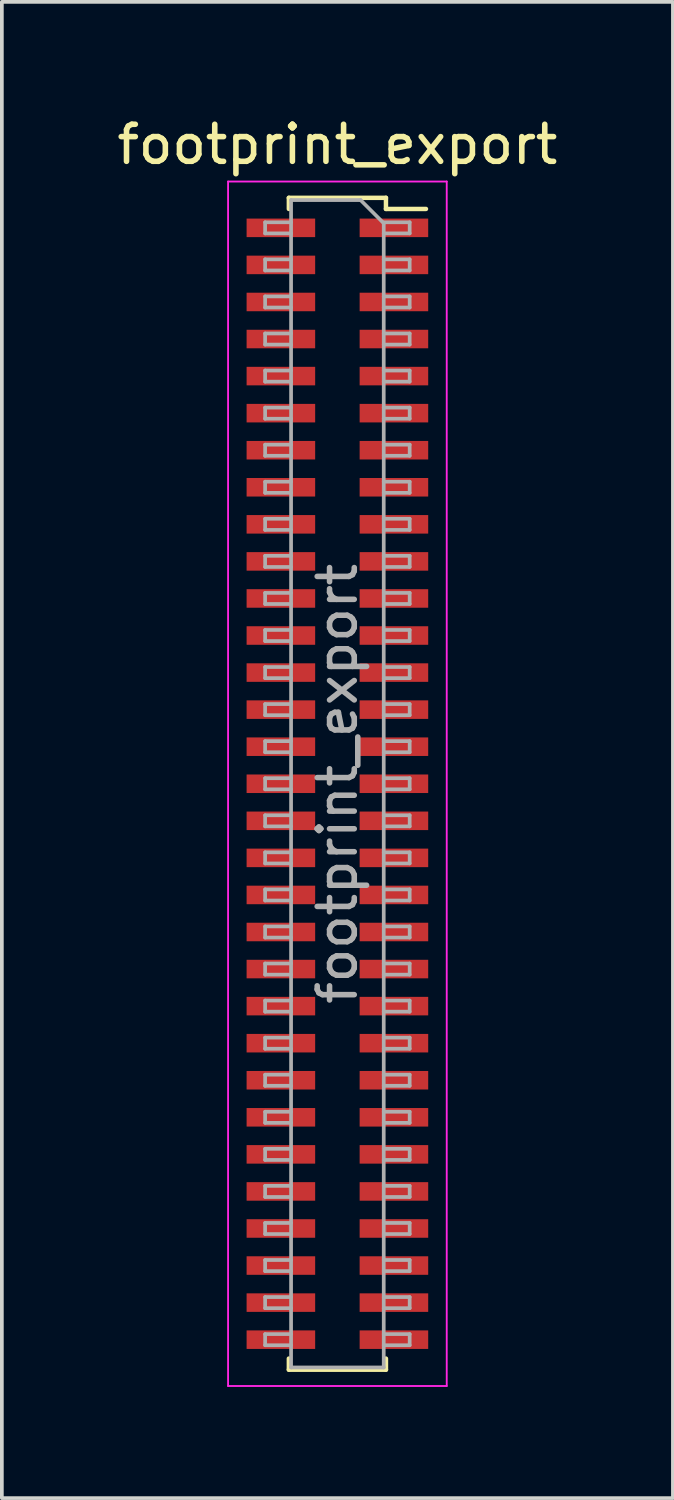
<source format=kicad_pcb>
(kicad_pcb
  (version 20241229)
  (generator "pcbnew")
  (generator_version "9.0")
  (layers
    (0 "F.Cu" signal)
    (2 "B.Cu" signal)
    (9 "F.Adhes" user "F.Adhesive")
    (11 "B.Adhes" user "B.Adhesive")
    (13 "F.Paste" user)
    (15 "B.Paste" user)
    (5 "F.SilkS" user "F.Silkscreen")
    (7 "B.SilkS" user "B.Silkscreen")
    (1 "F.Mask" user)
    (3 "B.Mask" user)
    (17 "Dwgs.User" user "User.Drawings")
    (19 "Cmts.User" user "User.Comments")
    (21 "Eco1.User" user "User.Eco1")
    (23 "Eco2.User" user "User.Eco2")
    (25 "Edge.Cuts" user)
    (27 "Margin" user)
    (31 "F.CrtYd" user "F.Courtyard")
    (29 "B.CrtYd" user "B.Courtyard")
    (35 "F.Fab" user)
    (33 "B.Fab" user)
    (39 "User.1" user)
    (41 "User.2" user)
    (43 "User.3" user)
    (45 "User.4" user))
  (footprint "footprint_export"
    (layer "F.Cu")
    (at 6.054 18.098)
    (property "Reference" "footprint_export" (at 0 -17.25 0) (layer "F.SilkS") (effects (font (size 1 1) (thickness 0.15))))
    (attr smd)
    (fp_line (start -1.31 -15.81) (end -1.31 -15.51) (stroke (width 0.12) (type solid)) (layer "F.SilkS"))
    (fp_line (start -1.31 -15.81) (end 1.31 -15.81) (stroke (width 0.12) (type solid)) (layer "F.SilkS"))
    (fp_line (start -1.31 15.51) (end -1.31 15.81) (stroke (width 0.12) (type solid)) (layer "F.SilkS"))
    (fp_line (start -1.31 15.81) (end 1.31 15.81) (stroke (width 0.12) (type solid)) (layer "F.SilkS"))
    (fp_line (start 1.31 -15.81) (end 1.31 -15.51) (stroke (width 0.12) (type solid)) (layer "F.SilkS"))
    (fp_line (start 1.31 -15.51) (end 2.39 -15.51) (stroke (width 0.12) (type solid)) (layer "F.SilkS"))
    (fp_line (start 1.31 15.51) (end 1.31 15.81) (stroke (width 0.12) (type solid)) (layer "F.SilkS"))
    (fp_line (start -2.95 -16.25) (end 2.95 -16.25) (stroke (width 0.05) (type solid)) (layer "F.CrtYd"))
    (fp_line (start -2.95 16.25) (end -2.95 -16.25) (stroke (width 0.05) (type solid)) (layer "F.CrtYd"))
    (fp_line (start 2.95 -16.25) (end 2.95 16.25) (stroke (width 0.05) (type solid)) (layer "F.CrtYd"))
    (fp_line (start 2.95 16.25) (end -2.95 16.25) (stroke (width 0.05) (type solid)) (layer "F.CrtYd"))
    (fp_line (start -1.95 -15.15) (end -1.25 -15.15) (stroke (width 0.1) (type solid)) (layer "F.Fab"))
    (fp_line (start -1.95 -14.85) (end -1.95 -15.15) (stroke (width 0.1) (type solid)) (layer "F.Fab"))
    (fp_line (start -1.95 -14.15) (end -1.25 -14.15) (stroke (width 0.1) (type solid)) (layer "F.Fab"))
    (fp_line (start -1.95 -13.85) (end -1.95 -14.15) (stroke (width 0.1) (type solid)) (layer "F.Fab"))
    (fp_line (start -1.95 -13.15) (end -1.25 -13.15) (stroke (width 0.1) (type solid)) (layer "F.Fab"))
    (fp_line (start -1.95 -12.85) (end -1.95 -13.15) (stroke (width 0.1) (type solid)) (layer "F.Fab"))
    (fp_line (start -1.95 -12.15) (end -1.25 -12.15) (stroke (width 0.1) (type solid)) (layer "F.Fab"))
    (fp_line (start -1.95 -11.85) (end -1.95 -12.15) (stroke (width 0.1) (type solid)) (layer "F.Fab"))
    (fp_line (start -1.95 -11.15) (end -1.25 -11.15) (stroke (width 0.1) (type solid)) (layer "F.Fab"))
    (fp_line (start -1.95 -10.85) (end -1.95 -11.15) (stroke (width 0.1) (type solid)) (layer "F.Fab"))
    (fp_line (start -1.95 -10.15) (end -1.25 -10.15) (stroke (width 0.1) (type solid)) (layer "F.Fab"))
    (fp_line (start -1.95 -9.85) (end -1.95 -10.15) (stroke (width 0.1) (type solid)) (layer "F.Fab"))
    (fp_line (start -1.95 -9.15) (end -1.25 -9.15) (stroke (width 0.1) (type solid)) (layer "F.Fab"))
    (fp_line (start -1.95 -8.85) (end -1.95 -9.15) (stroke (width 0.1) (type solid)) (layer "F.Fab"))
    (fp_line (start -1.95 -8.15) (end -1.25 -8.15) (stroke (width 0.1) (type solid)) (layer "F.Fab"))
    (fp_line (start -1.95 -7.85) (end -1.95 -8.15) (stroke (width 0.1) (type solid)) (layer "F.Fab"))
    (fp_line (start -1.95 -7.15) (end -1.25 -7.15) (stroke (width 0.1) (type solid)) (layer "F.Fab"))
    (fp_line (start -1.95 -6.85) (end -1.95 -7.15) (stroke (width 0.1) (type solid)) (layer "F.Fab"))
    (fp_line (start -1.95 -6.15) (end -1.25 -6.15) (stroke (width 0.1) (type solid)) (layer "F.Fab"))
    (fp_line (start -1.95 -5.85) (end -1.95 -6.15) (stroke (width 0.1) (type solid)) (layer "F.Fab"))
    (fp_line (start -1.95 -5.15) (end -1.25 -5.15) (stroke (width 0.1) (type solid)) (layer "F.Fab"))
    (fp_line (start -1.95 -4.85) (end -1.95 -5.15) (stroke (width 0.1) (type solid)) (layer "F.Fab"))
    (fp_line (start -1.95 -4.15) (end -1.25 -4.15) (stroke (width 0.1) (type solid)) (layer "F.Fab"))
    (fp_line (start -1.95 -3.85) (end -1.95 -4.15) (stroke (width 0.1) (type solid)) (layer "F.Fab"))
    (fp_line (start -1.95 -3.15) (end -1.25 -3.15) (stroke (width 0.1) (type solid)) (layer "F.Fab"))
    (fp_line (start -1.95 -2.85) (end -1.95 -3.15) (stroke (width 0.1) (type solid)) (layer "F.Fab"))
    (fp_line (start -1.95 -2.15) (end -1.25 -2.15) (stroke (width 0.1) (type solid)) (layer "F.Fab"))
    (fp_line (start -1.95 -1.85) (end -1.95 -2.15) (stroke (width 0.1) (type solid)) (layer "F.Fab"))
    (fp_line (start -1.95 -1.15) (end -1.25 -1.15) (stroke (width 0.1) (type solid)) (layer "F.Fab"))
    (fp_line (start -1.95 -0.85) (end -1.95 -1.15) (stroke (width 0.1) (type solid)) (layer "F.Fab"))
    (fp_line (start -1.95 -0.15) (end -1.25 -0.15) (stroke (width 0.1) (type solid)) (layer "F.Fab"))
    (fp_line (start -1.95 0.15) (end -1.95 -0.15) (stroke (width 0.1) (type solid)) (layer "F.Fab"))
    (fp_line (start -1.95 0.85) (end -1.25 0.85) (stroke (width 0.1) (type solid)) (layer "F.Fab"))
    (fp_line (start -1.95 1.15) (end -1.95 0.85) (stroke (width 0.1) (type solid)) (layer "F.Fab"))
    (fp_line (start -1.95 1.85) (end -1.25 1.85) (stroke (width 0.1) (type solid)) (layer "F.Fab"))
    (fp_line (start -1.95 2.15) (end -1.95 1.85) (stroke (width 0.1) (type solid)) (layer "F.Fab"))
    (fp_line (start -1.95 2.85) (end -1.25 2.85) (stroke (width 0.1) (type solid)) (layer "F.Fab"))
    (fp_line (start -1.95 3.15) (end -1.95 2.85) (stroke (width 0.1) (type solid)) (layer "F.Fab"))
    (fp_line (start -1.95 3.85) (end -1.25 3.85) (stroke (width 0.1) (type solid)) (layer "F.Fab"))
    (fp_line (start -1.95 4.15) (end -1.95 3.85) (stroke (width 0.1) (type solid)) (layer "F.Fab"))
    (fp_line (start -1.95 4.85) (end -1.25 4.85) (stroke (width 0.1) (type solid)) (layer "F.Fab"))
    (fp_line (start -1.95 5.15) (end -1.95 4.85) (stroke (width 0.1) (type solid)) (layer "F.Fab"))
    (fp_line (start -1.95 5.85) (end -1.25 5.85) (stroke (width 0.1) (type solid)) (layer "F.Fab"))
    (fp_line (start -1.95 6.15) (end -1.95 5.85) (stroke (width 0.1) (type solid)) (layer "F.Fab"))
    (fp_line (start -1.95 6.85) (end -1.25 6.85) (stroke (width 0.1) (type solid)) (layer "F.Fab"))
    (fp_line (start -1.95 7.15) (end -1.95 6.85) (stroke (width 0.1) (type solid)) (layer "F.Fab"))
    (fp_line (start -1.95 7.85) (end -1.25 7.85) (stroke (width 0.1) (type solid)) (layer "F.Fab"))
    (fp_line (start -1.95 8.15) (end -1.95 7.85) (stroke (width 0.1) (type solid)) (layer "F.Fab"))
    (fp_line (start -1.95 8.85) (end -1.25 8.85) (stroke (width 0.1) (type solid)) (layer "F.Fab"))
    (fp_line (start -1.95 9.15) (end -1.95 8.85) (stroke (width 0.1) (type solid)) (layer "F.Fab"))
    (fp_line (start -1.95 9.85) (end -1.25 9.85) (stroke (width 0.1) (type solid)) (layer "F.Fab"))
    (fp_line (start -1.95 10.15) (end -1.95 9.85) (stroke (width 0.1) (type solid)) (layer "F.Fab"))
    (fp_line (start -1.95 10.85) (end -1.25 10.85) (stroke (width 0.1) (type solid)) (layer "F.Fab"))
    (fp_line (start -1.95 11.15) (end -1.95 10.85) (stroke (width 0.1) (type solid)) (layer "F.Fab"))
    (fp_line (start -1.95 11.85) (end -1.25 11.85) (stroke (width 0.1) (type solid)) (layer "F.Fab"))
    (fp_line (start -1.95 12.15) (end -1.95 11.85) (stroke (width 0.1) (type solid)) (layer "F.Fab"))
    (fp_line (start -1.95 12.85) (end -1.25 12.85) (stroke (width 0.1) (type solid)) (layer "F.Fab"))
    (fp_line (start -1.95 13.15) (end -1.95 12.85) (stroke (width 0.1) (type solid)) (layer "F.Fab"))
    (fp_line (start -1.95 13.85) (end -1.25 13.85) (stroke (width 0.1) (type solid)) (layer "F.Fab"))
    (fp_line (start -1.95 14.15) (end -1.95 13.85) (stroke (width 0.1) (type solid)) (layer "F.Fab"))
    (fp_line (start -1.95 14.85) (end -1.25 14.85) (stroke (width 0.1) (type solid)) (layer "F.Fab"))
    (fp_line (start -1.95 15.15) (end -1.95 14.85) (stroke (width 0.1) (type solid)) (layer "F.Fab"))
    (fp_line (start -1.25 -15.75) (end 0.625 -15.75) (stroke (width 0.1) (type solid)) (layer "F.Fab"))
    (fp_line (start -1.25 -14.85) (end -1.95 -14.85) (stroke (width 0.1) (type solid)) (layer "F.Fab"))
    (fp_line (start -1.25 -13.85) (end -1.95 -13.85) (stroke (width 0.1) (type solid)) (layer "F.Fab"))
    (fp_line (start -1.25 -12.85) (end -1.95 -12.85) (stroke (width 0.1) (type solid)) (layer "F.Fab"))
    (fp_line (start -1.25 -11.85) (end -1.95 -11.85) (stroke (width 0.1) (type solid)) (layer "F.Fab"))
    (fp_line (start -1.25 -10.85) (end -1.95 -10.85) (stroke (width 0.1) (type solid)) (layer "F.Fab"))
    (fp_line (start -1.25 -9.85) (end -1.95 -9.85) (stroke (width 0.1) (type solid)) (layer "F.Fab"))
    (fp_line (start -1.25 -8.85) (end -1.95 -8.85) (stroke (width 0.1) (type solid)) (layer "F.Fab"))
    (fp_line (start -1.25 -7.85) (end -1.95 -7.85) (stroke (width 0.1) (type solid)) (layer "F.Fab"))
    (fp_line (start -1.25 -6.85) (end -1.95 -6.85) (stroke (width 0.1) (type solid)) (layer "F.Fab"))
    (fp_line (start -1.25 -5.85) (end -1.95 -5.85) (stroke (width 0.1) (type solid)) (layer "F.Fab"))
    (fp_line (start -1.25 -4.85) (end -1.95 -4.85) (stroke (width 0.1) (type solid)) (layer "F.Fab"))
    (fp_line (start -1.25 -3.85) (end -1.95 -3.85) (stroke (width 0.1) (type solid)) (layer "F.Fab"))
    (fp_line (start -1.25 -2.85) (end -1.95 -2.85) (stroke (width 0.1) (type solid)) (layer "F.Fab"))
    (fp_line (start -1.25 -1.85) (end -1.95 -1.85) (stroke (width 0.1) (type solid)) (layer "F.Fab"))
    (fp_line (start -1.25 -0.85) (end -1.95 -0.85) (stroke (width 0.1) (type solid)) (layer "F.Fab"))
    (fp_line (start -1.25 0.15) (end -1.95 0.15) (stroke (width 0.1) (type solid)) (layer "F.Fab"))
    (fp_line (start -1.25 1.15) (end -1.95 1.15) (stroke (width 0.1) (type solid)) (layer "F.Fab"))
    (fp_line (start -1.25 2.15) (end -1.95 2.15) (stroke (width 0.1) (type solid)) (layer "F.Fab"))
    (fp_line (start -1.25 3.15) (end -1.95 3.15) (stroke (width 0.1) (type solid)) (layer "F.Fab"))
    (fp_line (start -1.25 4.15) (end -1.95 4.15) (stroke (width 0.1) (type solid)) (layer "F.Fab"))
    (fp_line (start -1.25 5.15) (end -1.95 5.15) (stroke (width 0.1) (type solid)) (layer "F.Fab"))
    (fp_line (start -1.25 6.15) (end -1.95 6.15) (stroke (width 0.1) (type solid)) (layer "F.Fab"))
    (fp_line (start -1.25 7.15) (end -1.95 7.15) (stroke (width 0.1) (type solid)) (layer "F.Fab"))
    (fp_line (start -1.25 8.15) (end -1.95 8.15) (stroke (width 0.1) (type solid)) (layer "F.Fab"))
    (fp_line (start -1.25 9.15) (end -1.95 9.15) (stroke (width 0.1) (type solid)) (layer "F.Fab"))
    (fp_line (start -1.25 10.15) (end -1.95 10.15) (stroke (width 0.1) (type solid)) (layer "F.Fab"))
    (fp_line (start -1.25 11.15) (end -1.95 11.15) (stroke (width 0.1) (type solid)) (layer "F.Fab"))
    (fp_line (start -1.25 12.15) (end -1.95 12.15) (stroke (width 0.1) (type solid)) (layer "F.Fab"))
    (fp_line (start -1.25 13.15) (end -1.95 13.15) (stroke (width 0.1) (type solid)) (layer "F.Fab"))
    (fp_line (start -1.25 14.15) (end -1.95 14.15) (stroke (width 0.1) (type solid)) (layer "F.Fab"))
    (fp_line (start -1.25 15.15) (end -1.95 15.15) (stroke (width 0.1) (type solid)) (layer "F.Fab"))
    (fp_line (start -1.25 15.75) (end -1.25 -15.75) (stroke (width 0.1) (type solid)) (layer "F.Fab"))
    (fp_line (start 0.625 -15.75) (end 1.25 -15.125) (stroke (width 0.1) (type solid)) (layer "F.Fab"))
    (fp_line (start 1.25 -15.15) (end 1.95 -15.15) (stroke (width 0.1) (type solid)) (layer "F.Fab"))
    (fp_line (start 1.25 -15.125) (end 1.25 15.75) (stroke (width 0.1) (type solid)) (layer "F.Fab"))
    (fp_line (start 1.25 -14.15) (end 1.95 -14.15) (stroke (width 0.1) (type solid)) (layer "F.Fab"))
    (fp_line (start 1.25 -13.15) (end 1.95 -13.15) (stroke (width 0.1) (type solid)) (layer "F.Fab"))
    (fp_line (start 1.25 -12.15) (end 1.95 -12.15) (stroke (width 0.1) (type solid)) (layer "F.Fab"))
    (fp_line (start 1.25 -11.15) (end 1.95 -11.15) (stroke (width 0.1) (type solid)) (layer "F.Fab"))
    (fp_line (start 1.25 -10.15) (end 1.95 -10.15) (stroke (width 0.1) (type solid)) (layer "F.Fab"))
    (fp_line (start 1.25 -9.15) (end 1.95 -9.15) (stroke (width 0.1) (type solid)) (layer "F.Fab"))
    (fp_line (start 1.25 -8.15) (end 1.95 -8.15) (stroke (width 0.1) (type solid)) (layer "F.Fab"))
    (fp_line (start 1.25 -7.15) (end 1.95 -7.15) (stroke (width 0.1) (type solid)) (layer "F.Fab"))
    (fp_line (start 1.25 -6.15) (end 1.95 -6.15) (stroke (width 0.1) (type solid)) (layer "F.Fab"))
    (fp_line (start 1.25 -5.15) (end 1.95 -5.15) (stroke (width 0.1) (type solid)) (layer "F.Fab"))
    (fp_line (start 1.25 -4.15) (end 1.95 -4.15) (stroke (width 0.1) (type solid)) (layer "F.Fab"))
    (fp_line (start 1.25 -3.15) (end 1.95 -3.15) (stroke (width 0.1) (type solid)) (layer "F.Fab"))
    (fp_line (start 1.25 -2.15) (end 1.95 -2.15) (stroke (width 0.1) (type solid)) (layer "F.Fab"))
    (fp_line (start 1.25 -1.15) (end 1.95 -1.15) (stroke (width 0.1) (type solid)) (layer "F.Fab"))
    (fp_line (start 1.25 -0.15) (end 1.95 -0.15) (stroke (width 0.1) (type solid)) (layer "F.Fab"))
    (fp_line (start 1.25 0.85) (end 1.95 0.85) (stroke (width 0.1) (type solid)) (layer "F.Fab"))
    (fp_line (start 1.25 1.85) (end 1.95 1.85) (stroke (width 0.1) (type solid)) (layer "F.Fab"))
    (fp_line (start 1.25 2.85) (end 1.95 2.85) (stroke (width 0.1) (type solid)) (layer "F.Fab"))
    (fp_line (start 1.25 3.85) (end 1.95 3.85) (stroke (width 0.1) (type solid)) (layer "F.Fab"))
    (fp_line (start 1.25 4.85) (end 1.95 4.85) (stroke (width 0.1) (type solid)) (layer "F.Fab"))
    (fp_line (start 1.25 5.85) (end 1.95 5.85) (stroke (width 0.1) (type solid)) (layer "F.Fab"))
    (fp_line (start 1.25 6.85) (end 1.95 6.85) (stroke (width 0.1) (type solid)) (layer "F.Fab"))
    (fp_line (start 1.25 7.85) (end 1.95 7.85) (stroke (width 0.1) (type solid)) (layer "F.Fab"))
    (fp_line (start 1.25 8.85) (end 1.95 8.85) (stroke (width 0.1) (type solid)) (layer "F.Fab"))
    (fp_line (start 1.25 9.85) (end 1.95 9.85) (stroke (width 0.1) (type solid)) (layer "F.Fab"))
    (fp_line (start 1.25 10.85) (end 1.95 10.85) (stroke (width 0.1) (type solid)) (layer "F.Fab"))
    (fp_line (start 1.25 11.85) (end 1.95 11.85) (stroke (width 0.1) (type solid)) (layer "F.Fab"))
    (fp_line (start 1.25 12.85) (end 1.95 12.85) (stroke (width 0.1) (type solid)) (layer "F.Fab"))
    (fp_line (start 1.25 13.85) (end 1.95 13.85) (stroke (width 0.1) (type solid)) (layer "F.Fab"))
    (fp_line (start 1.25 14.85) (end 1.95 14.85) (stroke (width 0.1) (type solid)) (layer "F.Fab"))
    (fp_line (start 1.25 15.75) (end -1.25 15.75) (stroke (width 0.1) (type solid)) (layer "F.Fab"))
    (fp_line (start 1.95 -15.15) (end 1.95 -14.85) (stroke (width 0.1) (type solid)) (layer "F.Fab"))
    (fp_line (start 1.95 -14.85) (end 1.25 -14.85) (stroke (width 0.1) (type solid)) (layer "F.Fab"))
    (fp_line (start 1.95 -14.15) (end 1.95 -13.85) (stroke (width 0.1) (type solid)) (layer "F.Fab"))
    (fp_line (start 1.95 -13.85) (end 1.25 -13.85) (stroke (width 0.1) (type solid)) (layer "F.Fab"))
    (fp_line (start 1.95 -13.15) (end 1.95 -12.85) (stroke (width 0.1) (type solid)) (layer "F.Fab"))
    (fp_line (start 1.95 -12.85) (end 1.25 -12.85) (stroke (width 0.1) (type solid)) (layer "F.Fab"))
    (fp_line (start 1.95 -12.15) (end 1.95 -11.85) (stroke (width 0.1) (type solid)) (layer "F.Fab"))
    (fp_line (start 1.95 -11.85) (end 1.25 -11.85) (stroke (width 0.1) (type solid)) (layer "F.Fab"))
    (fp_line (start 1.95 -11.15) (end 1.95 -10.85) (stroke (width 0.1) (type solid)) (layer "F.Fab"))
    (fp_line (start 1.95 -10.85) (end 1.25 -10.85) (stroke (width 0.1) (type solid)) (layer "F.Fab"))
    (fp_line (start 1.95 -10.15) (end 1.95 -9.85) (stroke (width 0.1) (type solid)) (layer "F.Fab"))
    (fp_line (start 1.95 -9.85) (end 1.25 -9.85) (stroke (width 0.1) (type solid)) (layer "F.Fab"))
    (fp_line (start 1.95 -9.15) (end 1.95 -8.85) (stroke (width 0.1) (type solid)) (layer "F.Fab"))
    (fp_line (start 1.95 -8.85) (end 1.25 -8.85) (stroke (width 0.1) (type solid)) (layer "F.Fab"))
    (fp_line (start 1.95 -8.15) (end 1.95 -7.85) (stroke (width 0.1) (type solid)) (layer "F.Fab"))
    (fp_line (start 1.95 -7.85) (end 1.25 -7.85) (stroke (width 0.1) (type solid)) (layer "F.Fab"))
    (fp_line (start 1.95 -7.15) (end 1.95 -6.85) (stroke (width 0.1) (type solid)) (layer "F.Fab"))
    (fp_line (start 1.95 -6.85) (end 1.25 -6.85) (stroke (width 0.1) (type solid)) (layer "F.Fab"))
    (fp_line (start 1.95 -6.15) (end 1.95 -5.85) (stroke (width 0.1) (type solid)) (layer "F.Fab"))
    (fp_line (start 1.95 -5.85) (end 1.25 -5.85) (stroke (width 0.1) (type solid)) (layer "F.Fab"))
    (fp_line (start 1.95 -5.15) (end 1.95 -4.85) (stroke (width 0.1) (type solid)) (layer "F.Fab"))
    (fp_line (start 1.95 -4.85) (end 1.25 -4.85) (stroke (width 0.1) (type solid)) (layer "F.Fab"))
    (fp_line (start 1.95 -4.15) (end 1.95 -3.85) (stroke (width 0.1) (type solid)) (layer "F.Fab"))
    (fp_line (start 1.95 -3.85) (end 1.25 -3.85) (stroke (width 0.1) (type solid)) (layer "F.Fab"))
    (fp_line (start 1.95 -3.15) (end 1.95 -2.85) (stroke (width 0.1) (type solid)) (layer "F.Fab"))
    (fp_line (start 1.95 -2.85) (end 1.25 -2.85) (stroke (width 0.1) (type solid)) (layer "F.Fab"))
    (fp_line (start 1.95 -2.15) (end 1.95 -1.85) (stroke (width 0.1) (type solid)) (layer "F.Fab"))
    (fp_line (start 1.95 -1.85) (end 1.25 -1.85) (stroke (width 0.1) (type solid)) (layer "F.Fab"))
    (fp_line (start 1.95 -1.15) (end 1.95 -0.85) (stroke (width 0.1) (type solid)) (layer "F.Fab"))
    (fp_line (start 1.95 -0.85) (end 1.25 -0.85) (stroke (width 0.1) (type solid)) (layer "F.Fab"))
    (fp_line (start 1.95 -0.15) (end 1.95 0.15) (stroke (width 0.1) (type solid)) (layer "F.Fab"))
    (fp_line (start 1.95 0.15) (end 1.25 0.15) (stroke (width 0.1) (type solid)) (layer "F.Fab"))
    (fp_line (start 1.95 0.85) (end 1.95 1.15) (stroke (width 0.1) (type solid)) (layer "F.Fab"))
    (fp_line (start 1.95 1.15) (end 1.25 1.15) (stroke (width 0.1) (type solid)) (layer "F.Fab"))
    (fp_line (start 1.95 1.85) (end 1.95 2.15) (stroke (width 0.1) (type solid)) (layer "F.Fab"))
    (fp_line (start 1.95 2.15) (end 1.25 2.15) (stroke (width 0.1) (type solid)) (layer "F.Fab"))
    (fp_line (start 1.95 2.85) (end 1.95 3.15) (stroke (width 0.1) (type solid)) (layer "F.Fab"))
    (fp_line (start 1.95 3.15) (end 1.25 3.15) (stroke (width 0.1) (type solid)) (layer "F.Fab"))
    (fp_line (start 1.95 3.85) (end 1.95 4.15) (stroke (width 0.1) (type solid)) (layer "F.Fab"))
    (fp_line (start 1.95 4.15) (end 1.25 4.15) (stroke (width 0.1) (type solid)) (layer "F.Fab"))
    (fp_line (start 1.95 4.85) (end 1.95 5.15) (stroke (width 0.1) (type solid)) (layer "F.Fab"))
    (fp_line (start 1.95 5.15) (end 1.25 5.15) (stroke (width 0.1) (type solid)) (layer "F.Fab"))
    (fp_line (start 1.95 5.85) (end 1.95 6.15) (stroke (width 0.1) (type solid)) (layer "F.Fab"))
    (fp_line (start 1.95 6.15) (end 1.25 6.15) (stroke (width 0.1) (type solid)) (layer "F.Fab"))
    (fp_line (start 1.95 6.85) (end 1.95 7.15) (stroke (width 0.1) (type solid)) (layer "F.Fab"))
    (fp_line (start 1.95 7.15) (end 1.25 7.15) (stroke (width 0.1) (type solid)) (layer "F.Fab"))
    (fp_line (start 1.95 7.85) (end 1.95 8.15) (stroke (width 0.1) (type solid)) (layer "F.Fab"))
    (fp_line (start 1.95 8.15) (end 1.25 8.15) (stroke (width 0.1) (type solid)) (layer "F.Fab"))
    (fp_line (start 1.95 8.85) (end 1.95 9.15) (stroke (width 0.1) (type solid)) (layer "F.Fab"))
    (fp_line (start 1.95 9.15) (end 1.25 9.15) (stroke (width 0.1) (type solid)) (layer "F.Fab"))
    (fp_line (start 1.95 9.85) (end 1.95 10.15) (stroke (width 0.1) (type solid)) (layer "F.Fab"))
    (fp_line (start 1.95 10.15) (end 1.25 10.15) (stroke (width 0.1) (type solid)) (layer "F.Fab"))
    (fp_line (start 1.95 10.85) (end 1.95 11.15) (stroke (width 0.1) (type solid)) (layer "F.Fab"))
    (fp_line (start 1.95 11.15) (end 1.25 11.15) (stroke (width 0.1) (type solid)) (layer "F.Fab"))
    (fp_line (start 1.95 11.85) (end 1.95 12.15) (stroke (width 0.1) (type solid)) (layer "F.Fab"))
    (fp_line (start 1.95 12.15) (end 1.25 12.15) (stroke (width 0.1) (type solid)) (layer "F.Fab"))
    (fp_line (start 1.95 12.85) (end 1.95 13.15) (stroke (width 0.1) (type solid)) (layer "F.Fab"))
    (fp_line (start 1.95 13.15) (end 1.25 13.15) (stroke (width 0.1) (type solid)) (layer "F.Fab"))
    (fp_line (start 1.95 13.85) (end 1.95 14.15) (stroke (width 0.1) (type solid)) (layer "F.Fab"))
    (fp_line (start 1.95 14.15) (end 1.25 14.15) (stroke (width 0.1) (type solid)) (layer "F.Fab"))
    (fp_line (start 1.95 14.85) (end 1.95 15.15) (stroke (width 0.1) (type solid)) (layer "F.Fab"))
    (fp_line (start 1.95 15.15) (end 1.25 15.15) (stroke (width 0.1) (type solid)) (layer "F.Fab"))
    (fp_text user "${REFERENCE}" (at 0 0 90) (layer "F.Fab") (effects (font (size 1 1) (thickness 0.15))))
    (pad "1" smd rect (at 1.525 -15) (size 1.85 0.5) (layers "F.Cu" "F.Mask" "F.Paste"))
    (pad "2" smd rect (at -1.525 -15) (size 1.85 0.5) (layers "F.Cu" "F.Mask" "F.Paste"))
    (pad "3" smd rect (at 1.525 -14) (size 1.85 0.5) (layers "F.Cu" "F.Mask" "F.Paste"))
    (pad "4" smd rect (at -1.525 -14) (size 1.85 0.5) (layers "F.Cu" "F.Mask" "F.Paste"))
    (pad "5" smd rect (at 1.525 -13) (size 1.85 0.5) (layers "F.Cu" "F.Mask" "F.Paste"))
    (pad "6" smd rect (at -1.525 -13) (size 1.85 0.5) (layers "F.Cu" "F.Mask" "F.Paste"))
    (pad "7" smd rect (at 1.525 -12) (size 1.85 0.5) (layers "F.Cu" "F.Mask" "F.Paste"))
    (pad "8" smd rect (at -1.525 -12) (size 1.85 0.5) (layers "F.Cu" "F.Mask" "F.Paste"))
    (pad "9" smd rect (at 1.525 -11) (size 1.85 0.5) (layers "F.Cu" "F.Mask" "F.Paste"))
    (pad "10" smd rect (at -1.525 -11) (size 1.85 0.5) (layers "F.Cu" "F.Mask" "F.Paste"))
    (pad "11" smd rect (at 1.525 -10) (size 1.85 0.5) (layers "F.Cu" "F.Mask" "F.Paste"))
    (pad "12" smd rect (at -1.525 -10) (size 1.85 0.5) (layers "F.Cu" "F.Mask" "F.Paste"))
    (pad "13" smd rect (at 1.525 -9) (size 1.85 0.5) (layers "F.Cu" "F.Mask" "F.Paste"))
    (pad "14" smd rect (at -1.525 -9) (size 1.85 0.5) (layers "F.Cu" "F.Mask" "F.Paste"))
    (pad "15" smd rect (at 1.525 -8) (size 1.85 0.5) (layers "F.Cu" "F.Mask" "F.Paste"))
    (pad "16" smd rect (at -1.525 -8) (size 1.85 0.5) (layers "F.Cu" "F.Mask" "F.Paste"))
    (pad "17" smd rect (at 1.525 -7) (size 1.85 0.5) (layers "F.Cu" "F.Mask" "F.Paste"))
    (pad "18" smd rect (at -1.525 -7) (size 1.85 0.5) (layers "F.Cu" "F.Mask" "F.Paste"))
    (pad "19" smd rect (at 1.525 -6) (size 1.85 0.5) (layers "F.Cu" "F.Mask" "F.Paste"))
    (pad "20" smd rect (at -1.525 -6) (size 1.85 0.5) (layers "F.Cu" "F.Mask" "F.Paste"))
    (pad "21" smd rect (at 1.525 -5) (size 1.85 0.5) (layers "F.Cu" "F.Mask" "F.Paste"))
    (pad "22" smd rect (at -1.525 -5) (size 1.85 0.5) (layers "F.Cu" "F.Mask" "F.Paste"))
    (pad "23" smd rect (at 1.525 -4) (size 1.85 0.5) (layers "F.Cu" "F.Mask" "F.Paste"))
    (pad "24" smd rect (at -1.525 -4) (size 1.85 0.5) (layers "F.Cu" "F.Mask" "F.Paste"))
    (pad "25" smd rect (at 1.525 -3) (size 1.85 0.5) (layers "F.Cu" "F.Mask" "F.Paste"))
    (pad "26" smd rect (at -1.525 -3) (size 1.85 0.5) (layers "F.Cu" "F.Mask" "F.Paste"))
    (pad "27" smd rect (at 1.525 -2) (size 1.85 0.5) (layers "F.Cu" "F.Mask" "F.Paste"))
    (pad "28" smd rect (at -1.525 -2) (size 1.85 0.5) (layers "F.Cu" "F.Mask" "F.Paste"))
    (pad "29" smd rect (at 1.525 -1) (size 1.85 0.5) (layers "F.Cu" "F.Mask" "F.Paste"))
    (pad "30" smd rect (at -1.525 -1) (size 1.85 0.5) (layers "F.Cu" "F.Mask" "F.Paste"))
    (pad "31" smd rect (at 1.525 0) (size 1.85 0.5) (layers "F.Cu" "F.Mask" "F.Paste"))
    (pad "32" smd rect (at -1.525 0) (size 1.85 0.5) (layers "F.Cu" "F.Mask" "F.Paste"))
    (pad "33" smd rect (at 1.525 1) (size 1.85 0.5) (layers "F.Cu" "F.Mask" "F.Paste"))
    (pad "34" smd rect (at -1.525 1) (size 1.85 0.5) (layers "F.Cu" "F.Mask" "F.Paste"))
    (pad "35" smd rect (at 1.525 2) (size 1.85 0.5) (layers "F.Cu" "F.Mask" "F.Paste"))
    (pad "36" smd rect (at -1.525 2) (size 1.85 0.5) (layers "F.Cu" "F.Mask" "F.Paste"))
    (pad "37" smd rect (at 1.525 3) (size 1.85 0.5) (layers "F.Cu" "F.Mask" "F.Paste"))
    (pad "38" smd rect (at -1.525 3) (size 1.85 0.5) (layers "F.Cu" "F.Mask" "F.Paste"))
    (pad "39" smd rect (at 1.525 4) (size 1.85 0.5) (layers "F.Cu" "F.Mask" "F.Paste"))
    (pad "40" smd rect (at -1.525 4) (size 1.85 0.5) (layers "F.Cu" "F.Mask" "F.Paste"))
    (pad "41" smd rect (at 1.525 5) (size 1.85 0.5) (layers "F.Cu" "F.Mask" "F.Paste"))
    (pad "42" smd rect (at -1.525 5) (size 1.85 0.5) (layers "F.Cu" "F.Mask" "F.Paste"))
    (pad "43" smd rect (at 1.525 6) (size 1.85 0.5) (layers "F.Cu" "F.Mask" "F.Paste"))
    (pad "44" smd rect (at -1.525 6) (size 1.85 0.5) (layers "F.Cu" "F.Mask" "F.Paste"))
    (pad "45" smd rect (at 1.525 7) (size 1.85 0.5) (layers "F.Cu" "F.Mask" "F.Paste"))
    (pad "46" smd rect (at -1.525 7) (size 1.85 0.5) (layers "F.Cu" "F.Mask" "F.Paste"))
    (pad "47" smd rect (at 1.525 8) (size 1.85 0.5) (layers "F.Cu" "F.Mask" "F.Paste"))
    (pad "48" smd rect (at -1.525 8) (size 1.85 0.5) (layers "F.Cu" "F.Mask" "F.Paste"))
    (pad "49" smd rect (at 1.525 9) (size 1.85 0.5) (layers "F.Cu" "F.Mask" "F.Paste"))
    (pad "50" smd rect (at -1.525 9) (size 1.85 0.5) (layers "F.Cu" "F.Mask" "F.Paste"))
    (pad "51" smd rect (at 1.525 10) (size 1.85 0.5) (layers "F.Cu" "F.Mask" "F.Paste"))
    (pad "52" smd rect (at -1.525 10) (size 1.85 0.5) (layers "F.Cu" "F.Mask" "F.Paste"))
    (pad "53" smd rect (at 1.525 11) (size 1.85 0.5) (layers "F.Cu" "F.Mask" "F.Paste"))
    (pad "54" smd rect (at -1.525 11) (size 1.85 0.5) (layers "F.Cu" "F.Mask" "F.Paste"))
    (pad "55" smd rect (at 1.525 12) (size 1.85 0.5) (layers "F.Cu" "F.Mask" "F.Paste"))
    (pad "56" smd rect (at -1.525 12) (size 1.85 0.5) (layers "F.Cu" "F.Mask" "F.Paste"))
    (pad "57" smd rect (at 1.525 13) (size 1.85 0.5) (layers "F.Cu" "F.Mask" "F.Paste"))
    (pad "58" smd rect (at -1.525 13) (size 1.85 0.5) (layers "F.Cu" "F.Mask" "F.Paste"))
    (pad "59" smd rect (at 1.525 14) (size 1.85 0.5) (layers "F.Cu" "F.Mask" "F.Paste"))
    (pad "60" smd rect (at -1.525 14) (size 1.85 0.5) (layers "F.Cu" "F.Mask" "F.Paste"))
    (pad "61" smd rect (at 1.525 15) (size 1.85 0.5) (layers "F.Cu" "F.Mask" "F.Paste"))
    (pad "62" smd rect (at -1.525 15) (size 1.85 0.5) (layers "F.Cu" "F.Mask" "F.Paste")))
  (gr_rect
    (start -3 -3)
    (end 15.107 37.373)
    (stroke (width 0.1) (type default))
    (fill no)
    (layer "Edge.Cuts")))
</source>
